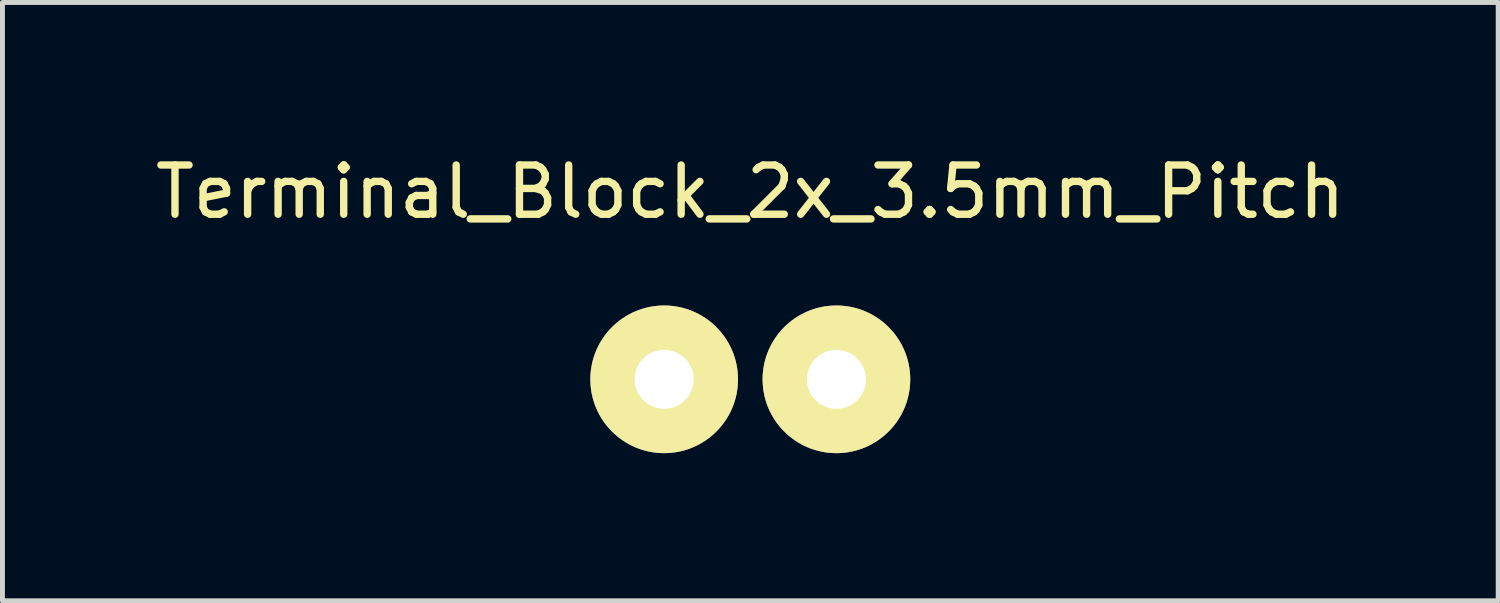
<source format=kicad_pcb>
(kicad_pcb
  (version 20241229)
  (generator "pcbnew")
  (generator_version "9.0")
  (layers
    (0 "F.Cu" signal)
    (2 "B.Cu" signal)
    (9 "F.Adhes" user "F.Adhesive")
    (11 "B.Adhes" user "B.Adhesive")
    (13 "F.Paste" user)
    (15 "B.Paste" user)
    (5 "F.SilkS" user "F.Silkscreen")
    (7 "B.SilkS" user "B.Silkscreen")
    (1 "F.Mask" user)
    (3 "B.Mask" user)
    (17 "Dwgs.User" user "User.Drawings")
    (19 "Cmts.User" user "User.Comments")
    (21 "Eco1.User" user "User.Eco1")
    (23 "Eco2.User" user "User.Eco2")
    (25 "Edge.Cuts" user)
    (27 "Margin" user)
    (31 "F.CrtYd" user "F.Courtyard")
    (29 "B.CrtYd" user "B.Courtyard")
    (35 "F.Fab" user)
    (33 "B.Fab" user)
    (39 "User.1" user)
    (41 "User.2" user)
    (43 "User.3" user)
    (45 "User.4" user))
  (footprint "Terminal_Block_2x_3.5mm_Pitch"
    (layer "F.Cu")
    (at 12.196 4.658)
    (property "Reference" "Terminal_Block_2x_3.5mm_Pitch" (at 0 -3.81 0) (layer "F.SilkS") (effects (font (size 1 1) (thickness 0.15))))
    (attr through_hole)
    (pad "1" thru_hole circle (at -1.75 0) (size 3 3) (drill 1.199) (layers "*.Cu" "*.Mask" "F.SilkS"))
    (pad "1" thru_hole circle (at 1.75 0) (size 3 3) (drill 1.199) (layers "*.Cu" "*.Mask" "F.SilkS")))
  (gr_rect
    (start -3 -3)
    (end 27.393 9.158)
    (stroke (width 0.1) (type default))
    (fill no)
    (layer "Edge.Cuts")))
</source>
